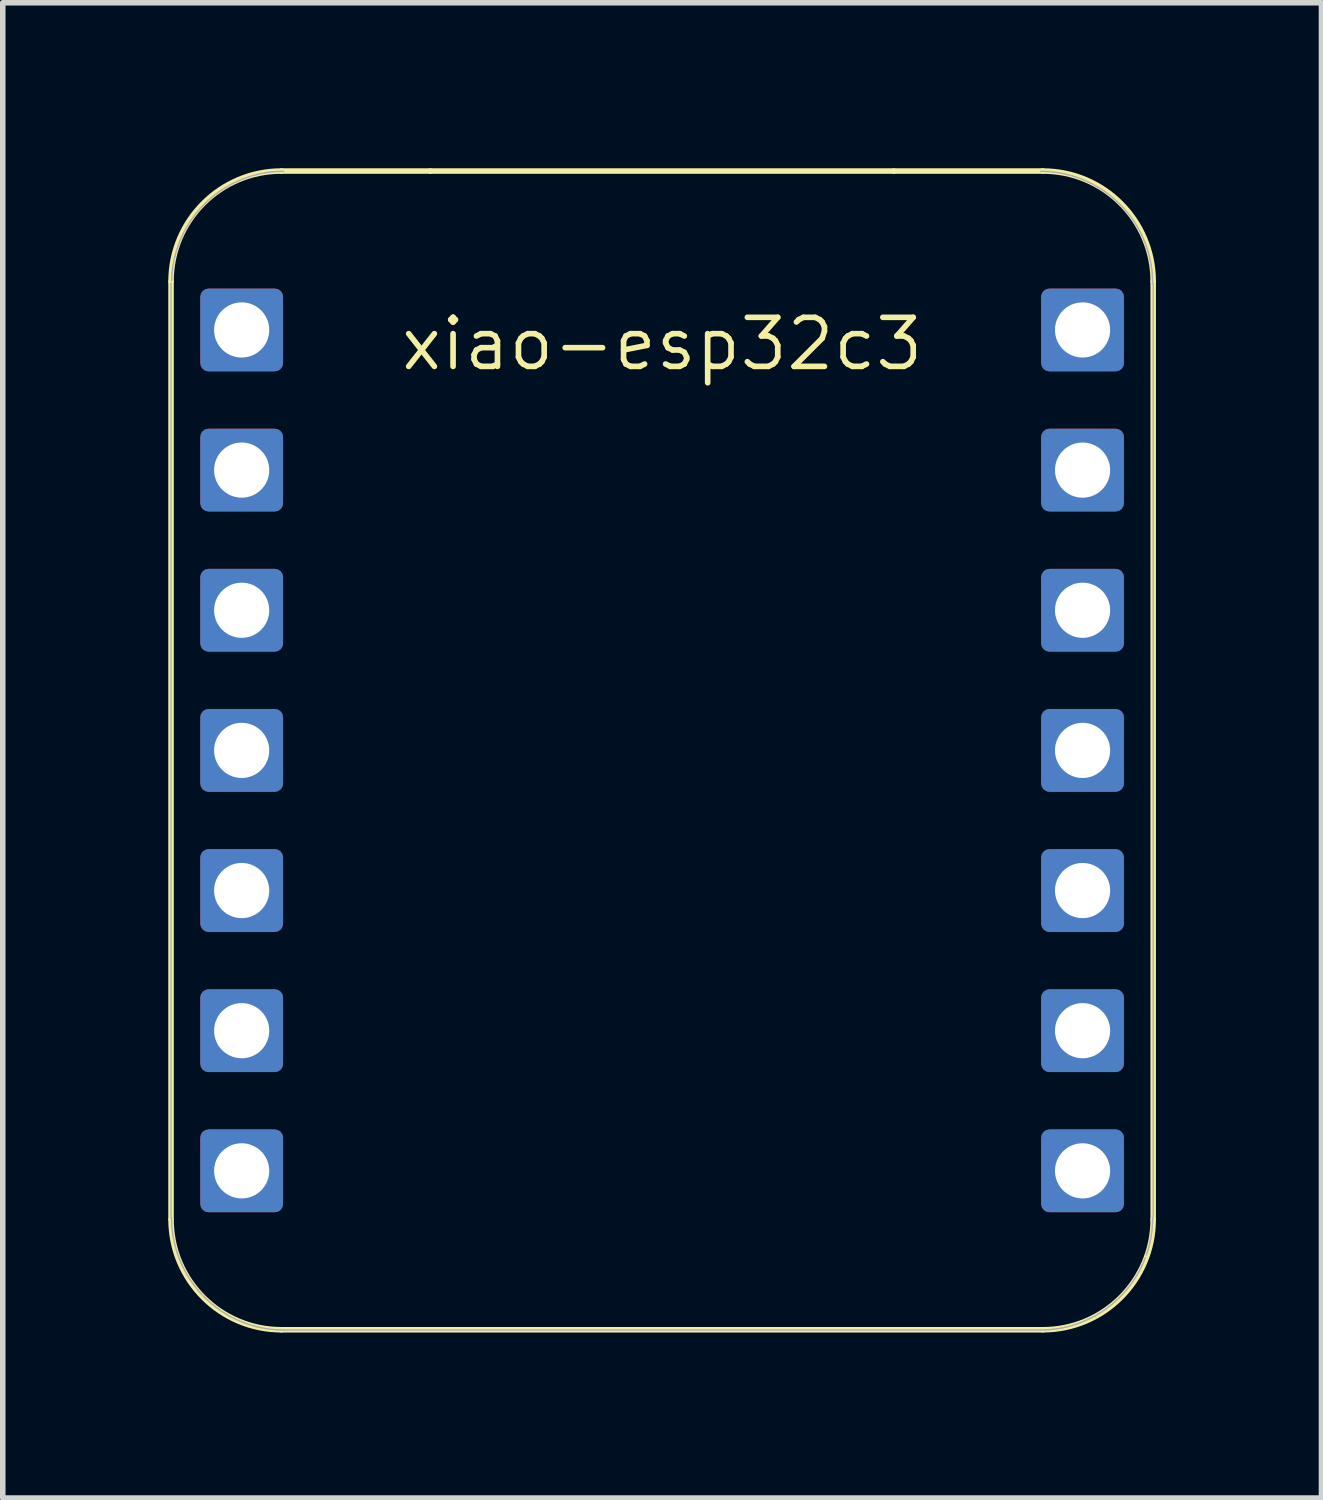
<source format=kicad_pcb>
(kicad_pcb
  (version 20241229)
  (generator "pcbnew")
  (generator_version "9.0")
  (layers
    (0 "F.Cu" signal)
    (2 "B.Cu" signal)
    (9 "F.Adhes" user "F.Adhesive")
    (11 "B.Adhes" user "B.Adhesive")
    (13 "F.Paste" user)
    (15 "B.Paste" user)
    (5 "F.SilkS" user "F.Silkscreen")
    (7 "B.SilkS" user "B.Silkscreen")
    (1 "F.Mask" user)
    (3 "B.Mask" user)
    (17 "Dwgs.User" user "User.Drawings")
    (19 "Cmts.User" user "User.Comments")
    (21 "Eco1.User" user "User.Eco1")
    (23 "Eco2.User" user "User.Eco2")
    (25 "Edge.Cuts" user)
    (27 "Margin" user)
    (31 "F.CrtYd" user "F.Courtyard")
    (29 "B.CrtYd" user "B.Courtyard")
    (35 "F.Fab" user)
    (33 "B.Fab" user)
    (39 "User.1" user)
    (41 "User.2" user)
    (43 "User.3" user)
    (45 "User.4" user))
  (footprint "xiao-esp32c3"
    (layer "F.Cu")
    (at 8.95 10.55)
    (property "Reference" "xiao-esp32c3" (at 0 -7.366 0) (layer "F.SilkS") (effects (font (size 0.889 0.889) (thickness 0.102))))
    (attr smd)
    (fp_line (start -8.9 -8.5) (end -8.9 8.5) (stroke (width 0.1) (type solid)) (layer "F.SilkS"))
    (fp_line (start -6.9 -10.5) (end -4.2 -10.5) (stroke (width 0.1) (type solid)) (layer "F.SilkS"))
    (fp_line (start -6.9 10.5) (end 6.9 10.5) (stroke (width 0.1) (type solid)) (layer "F.SilkS"))
    (fp_line (start 4.2 -10.5) (end -4.2 -10.5) (stroke (width 0.1) (type default)) (layer "F.SilkS"))
    (fp_line (start 4.2 -10.5) (end 6.9 -10.5) (stroke (width 0.1) (type solid)) (layer "F.SilkS"))
    (fp_line (start 8.9 8.5) (end 8.9 -8.5) (stroke (width 0.1) (type solid)) (layer "F.SilkS"))
    (fp_arc (start -8.9 -8.5) (mid -8.314214 -9.914214) (end -6.9 -10.5) (stroke (width 0.1) (type solid)) (layer "F.SilkS"))
    (fp_arc (start -6.9 10.5) (mid -8.314214 9.914214) (end -8.9 8.5) (stroke (width 0.1) (type solid)) (layer "F.SilkS"))
    (fp_arc (start 6.9 -10.5) (mid 8.314214 -9.914214) (end 8.9 -8.5) (stroke (width 0.1) (type solid)) (layer "F.SilkS"))
    (fp_arc (start 8.9 8.5) (mid 8.314214 9.914214) (end 6.9 10.5) (stroke (width 0.1) (type solid)) (layer "F.SilkS"))
    (fp_poly (pts (xy -8.888 -8.562) (xy -8.885 -8.61) (xy -8.881 -8.659)) (stroke (width 0.025) (type solid)) (fill no) (layer "F.SilkS"))
    (fp_poly (pts (xy 8.889 8.522) (xy 8.888 8.571) (xy 8.885 8.62) (xy 8.881 8.669) (xy 8.875 8.717) (xy 8.869 8.766) (xy 8.861 8.815) (xy 8.852 8.863) (xy 8.842 8.911)) (stroke (width 0.025) (type solid)) (fill no) (layer "F.SilkS"))
    (fp_line (start -8.9 -8.463) (end -8.9 8.473) (stroke (width 0.025) (type solid)) (layer "F.Fab"))
    (fp_line (start -8.89 8.473) (end -8.889 8.522) (stroke (width 0.025) (type solid)) (layer "F.Fab"))
    (fp_line (start -8.889 8.522) (end -8.888 8.571) (stroke (width 0.025) (type solid)) (layer "F.Fab"))
    (fp_line (start -8.888 -8.562) (end -8.889 -8.512) (stroke (width 0.025) (type solid)) (layer "F.Fab"))
    (fp_line (start -8.888 8.571) (end -8.885 8.62) (stroke (width 0.025) (type solid)) (layer "F.Fab"))
    (fp_line (start -8.885 -8.61) (end -8.888 -8.562) (stroke (width 0.025) (type solid)) (layer "F.Fab"))
    (fp_line (start -8.885 8.62) (end -8.881 8.669) (stroke (width 0.025) (type solid)) (layer "F.Fab"))
    (fp_line (start -8.881 -8.659) (end -8.885 -8.61) (stroke (width 0.025) (type solid)) (layer "F.Fab"))
    (fp_line (start -8.881 8.669) (end -8.875 8.717) (stroke (width 0.025) (type solid)) (layer "F.Fab"))
    (fp_line (start -8.875 -8.708) (end -8.881 -8.659) (stroke (width 0.025) (type solid)) (layer "F.Fab"))
    (fp_line (start -8.875 8.717) (end -8.869 8.766) (stroke (width 0.025) (type solid)) (layer "F.Fab"))
    (fp_line (start -8.869 -8.757) (end -8.875 -8.708) (stroke (width 0.025) (type solid)) (layer "F.Fab"))
    (fp_line (start -8.869 8.766) (end -8.861 8.815) (stroke (width 0.025) (type solid)) (layer "F.Fab"))
    (fp_line (start -8.861 -8.806) (end -8.869 -8.757) (stroke (width 0.025) (type solid)) (layer "F.Fab"))
    (fp_line (start -8.861 8.815) (end -8.852 8.863) (stroke (width 0.025) (type solid)) (layer "F.Fab"))
    (fp_line (start -8.852 -8.854) (end -8.861 -8.806) (stroke (width 0.025) (type solid)) (layer "F.Fab"))
    (fp_line (start -8.852 8.863) (end -8.842 8.911) (stroke (width 0.025) (type solid)) (layer "F.Fab"))
    (fp_line (start -8.842 -8.902) (end -8.852 -8.854) (stroke (width 0.025) (type solid)) (layer "F.Fab"))
    (fp_line (start -8.842 8.911) (end -8.831 8.959) (stroke (width 0.025) (type solid)) (layer "F.Fab"))
    (fp_line (start -8.831 -8.95) (end -8.842 -8.902) (stroke (width 0.025) (type solid)) (layer "F.Fab"))
    (fp_line (start -8.831 8.959) (end -8.819 9.006) (stroke (width 0.025) (type solid)) (layer "F.Fab"))
    (fp_line (start -8.819 -8.997) (end -8.831 -8.95) (stroke (width 0.025) (type solid)) (layer "F.Fab"))
    (fp_line (start -8.819 9.006) (end -8.805 9.054) (stroke (width 0.025) (type solid)) (layer "F.Fab"))
    (fp_line (start -8.805 -9.045) (end -8.819 -8.997) (stroke (width 0.025) (type solid)) (layer "F.Fab"))
    (fp_line (start -8.805 9.054) (end -8.79 9.1) (stroke (width 0.025) (type solid)) (layer "F.Fab"))
    (fp_line (start -8.79 -9.091) (end -8.805 -9.045) (stroke (width 0.025) (type solid)) (layer "F.Fab"))
    (fp_line (start -8.79 9.1) (end -8.775 9.147) (stroke (width 0.025) (type solid)) (layer "F.Fab"))
    (fp_line (start -8.775 -9.138) (end -8.79 -9.091) (stroke (width 0.025) (type solid)) (layer "F.Fab"))
    (fp_line (start -8.775 9.147) (end -8.758 9.193) (stroke (width 0.025) (type solid)) (layer "F.Fab"))
    (fp_line (start -8.758 -9.184) (end -8.775 -9.138) (stroke (width 0.025) (type solid)) (layer "F.Fab"))
    (fp_line (start -8.758 9.193) (end -8.74 9.239) (stroke (width 0.025) (type solid)) (layer "F.Fab"))
    (fp_line (start -8.74 -9.23) (end -8.758 -9.184) (stroke (width 0.025) (type solid)) (layer "F.Fab"))
    (fp_line (start -8.74 9.239) (end -8.721 9.284) (stroke (width 0.025) (type solid)) (layer "F.Fab"))
    (fp_line (start -8.721 -9.275) (end -8.74 -9.23) (stroke (width 0.025) (type solid)) (layer "F.Fab"))
    (fp_line (start -8.721 9.284) (end -8.701 9.329) (stroke (width 0.025) (type solid)) (layer "F.Fab"))
    (fp_line (start -8.701 -9.32) (end -8.721 -9.275) (stroke (width 0.025) (type solid)) (layer "F.Fab"))
    (fp_line (start -8.701 9.329) (end -8.679 9.373) (stroke (width 0.025) (type solid)) (layer "F.Fab"))
    (fp_line (start -8.679 -9.364) (end -8.701 -9.32) (stroke (width 0.025) (type solid)) (layer "F.Fab"))
    (fp_line (start -8.679 9.373) (end -8.657 9.417) (stroke (width 0.025) (type solid)) (layer "F.Fab"))
    (fp_line (start -8.657 -9.408) (end -8.679 -9.364) (stroke (width 0.025) (type solid)) (layer "F.Fab"))
    (fp_line (start -8.657 9.417) (end -8.634 9.46) (stroke (width 0.025) (type solid)) (layer "F.Fab"))
    (fp_line (start -8.634 -9.451) (end -8.657 -9.408) (stroke (width 0.025) (type solid)) (layer "F.Fab"))
    (fp_line (start -8.634 9.46) (end -8.61 9.503) (stroke (width 0.025) (type solid)) (layer "F.Fab"))
    (fp_line (start -8.61 -9.494) (end -8.634 -9.451) (stroke (width 0.025) (type solid)) (layer "F.Fab"))
    (fp_line (start -8.61 9.503) (end -8.584 9.545) (stroke (width 0.025) (type solid)) (layer "F.Fab"))
    (fp_line (start -8.584 -9.536) (end -8.61 -9.494) (stroke (width 0.025) (type solid)) (layer "F.Fab"))
    (fp_line (start -8.584 9.545) (end -8.558 9.586) (stroke (width 0.025) (type solid)) (layer "F.Fab"))
    (fp_line (start -8.558 -9.577) (end -8.584 -9.536) (stroke (width 0.025) (type solid)) (layer "F.Fab"))
    (fp_line (start -8.558 9.586) (end -8.53 9.627) (stroke (width 0.025) (type solid)) (layer "F.Fab"))
    (fp_line (start -8.53 -9.618) (end -8.558 -9.577) (stroke (width 0.025) (type solid)) (layer "F.Fab"))
    (fp_line (start -8.53 9.627) (end -8.502 9.667) (stroke (width 0.025) (type solid)) (layer "F.Fab"))
    (fp_line (start -8.502 -9.658) (end -8.53 -9.618) (stroke (width 0.025) (type solid)) (layer "F.Fab"))
    (fp_line (start -8.502 9.667) (end -8.473 9.706) (stroke (width 0.025) (type solid)) (layer "F.Fab"))
    (fp_line (start -8.473 -9.697) (end -8.502 -9.658) (stroke (width 0.025) (type solid)) (layer "F.Fab"))
    (fp_line (start -8.473 9.706) (end -8.442 9.745) (stroke (width 0.025) (type solid)) (layer "F.Fab"))
    (fp_line (start -8.442 -9.736) (end -8.473 -9.697) (stroke (width 0.025) (type solid)) (layer "F.Fab"))
    (fp_line (start -8.442 9.745) (end -8.411 9.783) (stroke (width 0.025) (type solid)) (layer "F.Fab"))
    (fp_line (start -8.411 -9.774) (end -8.442 -9.736) (stroke (width 0.025) (type solid)) (layer "F.Fab"))
    (fp_line (start -8.411 9.783) (end -8.379 9.82) (stroke (width 0.025) (type solid)) (layer "F.Fab"))
    (fp_line (start -8.379 -9.811) (end -8.411 -9.774) (stroke (width 0.025) (type solid)) (layer "F.Fab"))
    (fp_line (start -8.379 9.82) (end -8.346 9.856) (stroke (width 0.025) (type solid)) (layer "F.Fab"))
    (fp_line (start -8.346 -9.847) (end -8.379 -9.811) (stroke (width 0.025) (type solid)) (layer "F.Fab"))
    (fp_line (start -8.346 9.856) (end -8.312 9.892) (stroke (width 0.025) (type solid)) (layer "F.Fab"))
    (fp_line (start -8.312 -9.883) (end -8.346 -9.847) (stroke (width 0.025) (type solid)) (layer "F.Fab"))
    (fp_line (start -8.312 9.892) (end -8.277 9.927) (stroke (width 0.025) (type solid)) (layer "F.Fab"))
    (fp_line (start -8.277 -9.918) (end -8.312 -9.883) (stroke (width 0.025) (type solid)) (layer "F.Fab"))
    (fp_line (start -8.277 9.927) (end -8.242 9.96) (stroke (width 0.025) (type solid)) (layer "F.Fab"))
    (fp_line (start -8.242 -9.951) (end -8.277 -9.918) (stroke (width 0.025) (type solid)) (layer "F.Fab"))
    (fp_line (start -8.242 9.96) (end -8.205 9.994) (stroke (width 0.025) (type solid)) (layer "F.Fab"))
    (fp_line (start -8.205 -9.984) (end -8.242 -9.951) (stroke (width 0.025) (type solid)) (layer "F.Fab"))
    (fp_line (start -8.205 9.994) (end -8.168 10.026) (stroke (width 0.025) (type solid)) (layer "F.Fab"))
    (fp_line (start -8.168 -10.017) (end -8.205 -9.984) (stroke (width 0.025) (type solid)) (layer "F.Fab"))
    (fp_line (start -8.168 10.026) (end -8.13 10.057) (stroke (width 0.025) (type solid)) (layer "F.Fab"))
    (fp_line (start -8.13 -10.048) (end -8.168 -10.017) (stroke (width 0.025) (type solid)) (layer "F.Fab"))
    (fp_line (start -8.13 10.057) (end -8.092 10.087) (stroke (width 0.025) (type solid)) (layer "F.Fab"))
    (fp_line (start -8.092 -10.078) (end -8.13 -10.048) (stroke (width 0.025) (type solid)) (layer "F.Fab"))
    (fp_line (start -8.092 10.087) (end -8.052 10.116) (stroke (width 0.025) (type solid)) (layer "F.Fab"))
    (fp_line (start -8.052 -10.107) (end -8.092 -10.078) (stroke (width 0.025) (type solid)) (layer "F.Fab"))
    (fp_line (start -8.052 10.116) (end -8.012 10.145) (stroke (width 0.025) (type solid)) (layer "F.Fab"))
    (fp_line (start -8.012 -10.136) (end -8.052 -10.107) (stroke (width 0.025) (type solid)) (layer "F.Fab"))
    (fp_line (start -8.012 10.145) (end -7.972 10.172) (stroke (width 0.025) (type solid)) (layer "F.Fab"))
    (fp_line (start -7.972 -10.163) (end -8.012 -10.136) (stroke (width 0.025) (type solid)) (layer "F.Fab"))
    (fp_line (start -7.972 10.172) (end -7.93 10.199) (stroke (width 0.025) (type solid)) (layer "F.Fab"))
    (fp_line (start -7.93 -10.19) (end -7.972 -10.163) (stroke (width 0.025) (type solid)) (layer "F.Fab"))
    (fp_line (start -7.93 10.199) (end -7.888 10.224) (stroke (width 0.025) (type solid)) (layer "F.Fab"))
    (fp_line (start -7.888 -10.215) (end -7.93 -10.19) (stroke (width 0.025) (type solid)) (layer "F.Fab"))
    (fp_line (start -7.888 10.224) (end -7.846 10.249) (stroke (width 0.025) (type solid)) (layer "F.Fab"))
    (fp_line (start -7.846 -10.239) (end -7.888 -10.215) (stroke (width 0.025) (type solid)) (layer "F.Fab"))
    (fp_line (start -7.846 10.249) (end -7.802 10.272) (stroke (width 0.025) (type solid)) (layer "F.Fab"))
    (fp_line (start -7.802 -10.263) (end -7.846 -10.239) (stroke (width 0.025) (type solid)) (layer "F.Fab"))
    (fp_line (start -7.802 10.272) (end -7.759 10.294) (stroke (width 0.025) (type solid)) (layer "F.Fab"))
    (fp_line (start -7.759 -10.285) (end -7.802 -10.263) (stroke (width 0.025) (type solid)) (layer "F.Fab"))
    (fp_line (start -7.759 10.294) (end -7.714 10.315) (stroke (width 0.025) (type solid)) (layer "F.Fab"))
    (fp_line (start -7.714 -10.306) (end -7.759 -10.285) (stroke (width 0.025) (type solid)) (layer "F.Fab"))
    (fp_line (start -7.714 10.315) (end -7.67 10.335) (stroke (width 0.025) (type solid)) (layer "F.Fab"))
    (fp_line (start -7.67 -10.326) (end -7.714 -10.306) (stroke (width 0.025) (type solid)) (layer "F.Fab"))
    (fp_line (start -7.67 10.335) (end -7.624 10.354) (stroke (width 0.025) (type solid)) (layer "F.Fab"))
    (fp_line (start -7.624 -10.345) (end -7.67 -10.326) (stroke (width 0.025) (type solid)) (layer "F.Fab"))
    (fp_line (start -7.624 10.354) (end -7.579 10.372) (stroke (width 0.025) (type solid)) (layer "F.Fab"))
    (fp_line (start -7.579 -10.363) (end -7.624 -10.345) (stroke (width 0.025) (type solid)) (layer "F.Fab"))
    (fp_line (start -7.579 10.372) (end -7.532 10.389) (stroke (width 0.025) (type solid)) (layer "F.Fab"))
    (fp_line (start -7.532 -10.38) (end -7.579 -10.363) (stroke (width 0.025) (type solid)) (layer "F.Fab"))
    (fp_line (start -7.532 10.389) (end -7.486 10.405) (stroke (width 0.025) (type solid)) (layer "F.Fab"))
    (fp_line (start -7.486 -10.396) (end -7.532 -10.38) (stroke (width 0.025) (type solid)) (layer "F.Fab"))
    (fp_line (start -7.486 10.405) (end -7.439 10.42) (stroke (width 0.025) (type solid)) (layer "F.Fab"))
    (fp_line (start -7.439 -10.411) (end -7.486 -10.396) (stroke (width 0.025) (type solid)) (layer "F.Fab"))
    (fp_line (start -7.439 10.42) (end -7.392 10.433) (stroke (width 0.025) (type solid)) (layer "F.Fab"))
    (fp_line (start -7.392 -10.424) (end -7.439 -10.411) (stroke (width 0.025) (type solid)) (layer "F.Fab"))
    (fp_line (start -7.392 10.433) (end -7.344 10.446) (stroke (width 0.025) (type solid)) (layer "F.Fab"))
    (fp_line (start -7.344 -10.436) (end -7.392 -10.424) (stroke (width 0.025) (type solid)) (layer "F.Fab"))
    (fp_line (start -7.344 10.446) (end -7.296 10.457) (stroke (width 0.025) (type solid)) (layer "F.Fab"))
    (fp_line (start -7.296 -10.448) (end -7.344 -10.436) (stroke (width 0.025) (type solid)) (layer "F.Fab"))
    (fp_line (start -7.296 10.457) (end -7.248 10.467) (stroke (width 0.025) (type solid)) (layer "F.Fab"))
    (fp_line (start -7.248 -10.458) (end -7.296 -10.448) (stroke (width 0.025) (type solid)) (layer "F.Fab"))
    (fp_line (start -7.248 10.467) (end -7.2 10.476) (stroke (width 0.025) (type solid)) (layer "F.Fab"))
    (fp_line (start -7.2 -10.466) (end -7.248 -10.458) (stroke (width 0.025) (type solid)) (layer "F.Fab"))
    (fp_line (start -7.2 10.476) (end -7.152 10.483) (stroke (width 0.025) (type solid)) (layer "F.Fab"))
    (fp_line (start -7.152 -10.474) (end -7.2 -10.466) (stroke (width 0.025) (type solid)) (layer "F.Fab"))
    (fp_line (start -7.152 10.483) (end -7.103 10.49) (stroke (width 0.025) (type solid)) (layer "F.Fab"))
    (fp_line (start -7.103 -10.481) (end -7.152 -10.474) (stroke (width 0.025) (type solid)) (layer "F.Fab"))
    (fp_line (start -7.103 10.49) (end -7.054 10.495) (stroke (width 0.025) (type solid)) (layer "F.Fab"))
    (fp_line (start -7.054 -10.486) (end -7.103 -10.481) (stroke (width 0.025) (type solid)) (layer "F.Fab"))
    (fp_line (start -7.054 10.495) (end -7.005 10.499) (stroke (width 0.025) (type solid)) (layer "F.Fab"))
    (fp_line (start -7.005 -10.49) (end -7.054 -10.486) (stroke (width 0.025) (type solid)) (layer "F.Fab"))
    (fp_line (start -7.005 10.499) (end -6.956 10.502) (stroke (width 0.025) (type solid)) (layer "F.Fab"))
    (fp_line (start -6.956 -10.493) (end -7.005 -10.49) (stroke (width 0.025) (type solid)) (layer "F.Fab"))
    (fp_line (start -6.956 10.502) (end -6.907 10.504) (stroke (width 0.025) (type solid)) (layer "F.Fab"))
    (fp_line (start -6.907 -10.495) (end -6.956 -10.493) (stroke (width 0.025) (type solid)) (layer "F.Fab"))
    (fp_line (start -6.907 10.504) (end -6.858 10.505) (stroke (width 0.025) (type solid)) (layer "F.Fab"))
    (fp_line (start -6.858 -10.495) (end -6.907 -10.495) (stroke (width 0.025) (type solid)) (layer "F.Fab"))
    (fp_line (start -6.858 10.505) (end 6.858 10.505) (stroke (width 0.025) (type solid)) (layer "F.Fab"))
    (fp_line (start 6.858 10.505) (end 6.907 10.504) (stroke (width 0.025) (type solid)) (layer "F.Fab"))
    (fp_line (start 6.907 -10.495) (end 6.858 -10.495) (stroke (width 0.025) (type solid)) (layer "F.Fab"))
    (fp_line (start 6.907 10.504) (end 6.956 10.502) (stroke (width 0.025) (type solid)) (layer "F.Fab"))
    (fp_line (start 6.956 -10.493) (end 6.907 -10.495) (stroke (width 0.025) (type solid)) (layer "F.Fab"))
    (fp_line (start 6.956 10.502) (end 7.005 10.499) (stroke (width 0.025) (type solid)) (layer "F.Fab"))
    (fp_line (start 7.005 -10.49) (end 6.956 -10.493) (stroke (width 0.025) (type solid)) (layer "F.Fab"))
    (fp_line (start 7.005 10.499) (end 7.054 10.495) (stroke (width 0.025) (type solid)) (layer "F.Fab"))
    (fp_line (start 7.054 -10.486) (end 7.005 -10.49) (stroke (width 0.025) (type solid)) (layer "F.Fab"))
    (fp_line (start 7.054 10.495) (end 7.103 10.49) (stroke (width 0.025) (type solid)) (layer "F.Fab"))
    (fp_line (start 7.103 -10.481) (end 7.054 -10.486) (stroke (width 0.025) (type solid)) (layer "F.Fab"))
    (fp_line (start 7.103 10.49) (end 7.152 10.483) (stroke (width 0.025) (type solid)) (layer "F.Fab"))
    (fp_line (start 7.152 -10.474) (end 7.103 -10.481) (stroke (width 0.025) (type solid)) (layer "F.Fab"))
    (fp_line (start 7.152 10.483) (end 7.2 10.476) (stroke (width 0.025) (type solid)) (layer "F.Fab"))
    (fp_line (start 7.2 -10.466) (end 7.152 -10.474) (stroke (width 0.025) (type solid)) (layer "F.Fab"))
    (fp_line (start 7.2 10.476) (end 7.248 10.467) (stroke (width 0.025) (type solid)) (layer "F.Fab"))
    (fp_line (start 7.248 -10.458) (end 7.2 -10.466) (stroke (width 0.025) (type solid)) (layer "F.Fab"))
    (fp_line (start 7.248 10.467) (end 7.296 10.457) (stroke (width 0.025) (type solid)) (layer "F.Fab"))
    (fp_line (start 7.296 -10.448) (end 7.248 -10.458) (stroke (width 0.025) (type solid)) (layer "F.Fab"))
    (fp_line (start 7.296 10.457) (end 7.344 10.446) (stroke (width 0.025) (type solid)) (layer "F.Fab"))
    (fp_line (start 7.344 -10.436) (end 7.296 -10.448) (stroke (width 0.025) (type solid)) (layer "F.Fab"))
    (fp_line (start 7.344 10.446) (end 7.392 10.433) (stroke (width 0.025) (type solid)) (layer "F.Fab"))
    (fp_line (start 7.392 -10.424) (end 7.344 -10.436) (stroke (width 0.025) (type solid)) (layer "F.Fab"))
    (fp_line (start 7.392 10.433) (end 7.439 10.42) (stroke (width 0.025) (type solid)) (layer "F.Fab"))
    (fp_line (start 7.439 -10.411) (end 7.392 -10.424) (stroke (width 0.025) (type solid)) (layer "F.Fab"))
    (fp_line (start 7.439 10.42) (end 7.486 10.405) (stroke (width 0.025) (type solid)) (layer "F.Fab"))
    (fp_line (start 7.486 -10.396) (end 7.439 -10.411) (stroke (width 0.025) (type solid)) (layer "F.Fab"))
    (fp_line (start 7.486 10.405) (end 7.532 10.389) (stroke (width 0.025) (type solid)) (layer "F.Fab"))
    (fp_line (start 7.532 -10.38) (end 7.486 -10.396) (stroke (width 0.025) (type solid)) (layer "F.Fab"))
    (fp_line (start 7.532 10.389) (end 7.579 10.372) (stroke (width 0.025) (type solid)) (layer "F.Fab"))
    (fp_line (start 7.579 -10.363) (end 7.532 -10.38) (stroke (width 0.025) (type solid)) (layer "F.Fab"))
    (fp_line (start 7.579 10.372) (end 7.624 10.354) (stroke (width 0.025) (type solid)) (layer "F.Fab"))
    (fp_line (start 7.624 -10.345) (end 7.579 -10.363) (stroke (width 0.025) (type solid)) (layer "F.Fab"))
    (fp_line (start 7.624 10.354) (end 7.67 10.335) (stroke (width 0.025) (type solid)) (layer "F.Fab"))
    (fp_line (start 7.67 -10.326) (end 7.624 -10.345) (stroke (width 0.025) (type solid)) (layer "F.Fab"))
    (fp_line (start 7.67 10.335) (end 7.714 10.315) (stroke (width 0.025) (type solid)) (layer "F.Fab"))
    (fp_line (start 7.714 -10.306) (end 7.67 -10.326) (stroke (width 0.025) (type solid)) (layer "F.Fab"))
    (fp_line (start 7.714 10.315) (end 7.759 10.294) (stroke (width 0.025) (type solid)) (layer "F.Fab"))
    (fp_line (start 7.759 -10.285) (end 7.714 -10.306) (stroke (width 0.025) (type solid)) (layer "F.Fab"))
    (fp_line (start 7.759 10.294) (end 7.802 10.272) (stroke (width 0.025) (type solid)) (layer "F.Fab"))
    (fp_line (start 7.802 -10.263) (end 7.759 -10.285) (stroke (width 0.025) (type solid)) (layer "F.Fab"))
    (fp_line (start 7.802 10.272) (end 7.846 10.249) (stroke (width 0.025) (type solid)) (layer "F.Fab"))
    (fp_line (start 7.846 -10.239) (end 7.802 -10.263) (stroke (width 0.025) (type solid)) (layer "F.Fab"))
    (fp_line (start 7.846 10.249) (end 7.888 10.224) (stroke (width 0.025) (type solid)) (layer "F.Fab"))
    (fp_line (start 7.888 -10.215) (end 7.846 -10.239) (stroke (width 0.025) (type solid)) (layer "F.Fab"))
    (fp_line (start 7.888 10.224) (end 7.93 10.199) (stroke (width 0.025) (type solid)) (layer "F.Fab"))
    (fp_line (start 7.93 -10.19) (end 7.888 -10.215) (stroke (width 0.025) (type solid)) (layer "F.Fab"))
    (fp_line (start 7.93 10.199) (end 7.972 10.172) (stroke (width 0.025) (type solid)) (layer "F.Fab"))
    (fp_line (start 7.972 -10.163) (end 7.93 -10.19) (stroke (width 0.025) (type solid)) (layer "F.Fab"))
    (fp_line (start 7.972 10.172) (end 8.012 10.145) (stroke (width 0.025) (type solid)) (layer "F.Fab"))
    (fp_line (start 8.012 -10.136) (end 7.972 -10.163) (stroke (width 0.025) (type solid)) (layer "F.Fab"))
    (fp_line (start 8.012 10.145) (end 8.052 10.116) (stroke (width 0.025) (type solid)) (layer "F.Fab"))
    (fp_line (start 8.052 -10.107) (end 8.012 -10.136) (stroke (width 0.025) (type solid)) (layer "F.Fab"))
    (fp_line (start 8.052 10.116) (end 8.092 10.087) (stroke (width 0.025) (type solid)) (layer "F.Fab"))
    (fp_line (start 8.092 -10.078) (end 8.052 -10.107) (stroke (width 0.025) (type solid)) (layer "F.Fab"))
    (fp_line (start 8.092 10.087) (end 8.13 10.057) (stroke (width 0.025) (type solid)) (layer "F.Fab"))
    (fp_line (start 8.13 -10.048) (end 8.092 -10.078) (stroke (width 0.025) (type solid)) (layer "F.Fab"))
    (fp_line (start 8.13 10.057) (end 8.168 10.026) (stroke (width 0.025) (type solid)) (layer "F.Fab"))
    (fp_line (start 8.168 -10.017) (end 8.13 -10.048) (stroke (width 0.025) (type solid)) (layer "F.Fab"))
    (fp_line (start 8.168 10.026) (end 8.205 9.994) (stroke (width 0.025) (type solid)) (layer "F.Fab"))
    (fp_line (start 8.205 -9.984) (end 8.168 -10.017) (stroke (width 0.025) (type solid)) (layer "F.Fab"))
    (fp_line (start 8.205 9.994) (end 8.242 9.96) (stroke (width 0.025) (type solid)) (layer "F.Fab"))
    (fp_line (start 8.242 -9.951) (end 8.205 -9.984) (stroke (width 0.025) (type solid)) (layer "F.Fab"))
    (fp_line (start 8.242 9.96) (end 8.277 9.927) (stroke (width 0.025) (type solid)) (layer "F.Fab"))
    (fp_line (start 8.277 -9.918) (end 8.242 -9.951) (stroke (width 0.025) (type solid)) (layer "F.Fab"))
    (fp_line (start 8.277 9.927) (end 8.312 9.892) (stroke (width 0.025) (type solid)) (layer "F.Fab"))
    (fp_line (start 8.312 -9.883) (end 8.277 -9.918) (stroke (width 0.025) (type solid)) (layer "F.Fab"))
    (fp_line (start 8.312 9.892) (end 8.346 9.856) (stroke (width 0.025) (type solid)) (layer "F.Fab"))
    (fp_line (start 8.346 -9.847) (end 8.312 -9.883) (stroke (width 0.025) (type solid)) (layer "F.Fab"))
    (fp_line (start 8.346 9.856) (end 8.379 9.82) (stroke (width 0.025) (type solid)) (layer "F.Fab"))
    (fp_line (start 8.379 -9.811) (end 8.346 -9.847) (stroke (width 0.025) (type solid)) (layer "F.Fab"))
    (fp_line (start 8.379 9.82) (end 8.411 9.783) (stroke (width 0.025) (type solid)) (layer "F.Fab"))
    (fp_line (start 8.411 -9.774) (end 8.379 -9.811) (stroke (width 0.025) (type solid)) (layer "F.Fab"))
    (fp_line (start 8.411 9.783) (end 8.442 9.745) (stroke (width 0.025) (type solid)) (layer "F.Fab"))
    (fp_line (start 8.442 -9.736) (end 8.411 -9.774) (stroke (width 0.025) (type solid)) (layer "F.Fab"))
    (fp_line (start 8.442 9.745) (end 8.473 9.706) (stroke (width 0.025) (type solid)) (layer "F.Fab"))
    (fp_line (start 8.473 -9.697) (end 8.442 -9.736) (stroke (width 0.025) (type solid)) (layer "F.Fab"))
    (fp_line (start 8.473 9.706) (end 8.502 9.667) (stroke (width 0.025) (type solid)) (layer "F.Fab"))
    (fp_line (start 8.502 -9.658) (end 8.473 -9.697) (stroke (width 0.025) (type solid)) (layer "F.Fab"))
    (fp_line (start 8.502 9.667) (end 8.53 9.627) (stroke (width 0.025) (type solid)) (layer "F.Fab"))
    (fp_line (start 8.53 -9.618) (end 8.502 -9.658) (stroke (width 0.025) (type solid)) (layer "F.Fab"))
    (fp_line (start 8.53 9.627) (end 8.558 9.586) (stroke (width 0.025) (type solid)) (layer "F.Fab"))
    (fp_line (start 8.558 -9.577) (end 8.53 -9.618) (stroke (width 0.025) (type solid)) (layer "F.Fab"))
    (fp_line (start 8.558 9.586) (end 8.584 9.545) (stroke (width 0.025) (type solid)) (layer "F.Fab"))
    (fp_line (start 8.584 -9.536) (end 8.558 -9.577) (stroke (width 0.025) (type solid)) (layer "F.Fab"))
    (fp_line (start 8.584 9.545) (end 8.61 9.503) (stroke (width 0.025) (type solid)) (layer "F.Fab"))
    (fp_line (start 8.61 -9.494) (end 8.584 -9.536) (stroke (width 0.025) (type solid)) (layer "F.Fab"))
    (fp_line (start 8.61 9.503) (end 8.634 9.46) (stroke (width 0.025) (type solid)) (layer "F.Fab"))
    (fp_line (start 8.634 -9.451) (end 8.61 -9.494) (stroke (width 0.025) (type solid)) (layer "F.Fab"))
    (fp_line (start 8.634 9.46) (end 8.657 9.417) (stroke (width 0.025) (type solid)) (layer "F.Fab"))
    (fp_line (start 8.657 -9.408) (end 8.634 -9.451) (stroke (width 0.025) (type solid)) (layer "F.Fab"))
    (fp_line (start 8.657 9.417) (end 8.679 9.373) (stroke (width 0.025) (type solid)) (layer "F.Fab"))
    (fp_line (start 8.679 -9.364) (end 8.657 -9.408) (stroke (width 0.025) (type solid)) (layer "F.Fab"))
    (fp_line (start 8.679 9.373) (end 8.701 9.329) (stroke (width 0.025) (type solid)) (layer "F.Fab"))
    (fp_line (start 8.701 -9.32) (end 8.679 -9.364) (stroke (width 0.025) (type solid)) (layer "F.Fab"))
    (fp_line (start 8.701 9.329) (end 8.721 9.284) (stroke (width 0.025) (type solid)) (layer "F.Fab"))
    (fp_line (start 8.721 -9.275) (end 8.701 -9.32) (stroke (width 0.025) (type solid)) (layer "F.Fab"))
    (fp_line (start 8.721 9.284) (end 8.74 9.239) (stroke (width 0.025) (type solid)) (layer "F.Fab"))
    (fp_line (start 8.74 -9.23) (end 8.721 -9.275) (stroke (width 0.025) (type solid)) (layer "F.Fab"))
    (fp_line (start 8.74 9.239) (end 8.758 9.193) (stroke (width 0.025) (type solid)) (layer "F.Fab"))
    (fp_line (start 8.758 -9.184) (end 8.74 -9.23) (stroke (width 0.025) (type solid)) (layer "F.Fab"))
    (fp_line (start 8.775 -9.138) (end 8.758 -9.184) (stroke (width 0.025) (type solid)) (layer "F.Fab"))
    (fp_line (start 8.775 9.147) (end 8.79 9.1) (stroke (width 0.025) (type solid)) (layer "F.Fab"))
    (fp_line (start 8.79 -9.091) (end 8.775 -9.138) (stroke (width 0.025) (type solid)) (layer "F.Fab"))
    (fp_line (start 8.79 9.1) (end 8.805 9.054) (stroke (width 0.025) (type solid)) (layer "F.Fab"))
    (fp_line (start 8.805 -9.045) (end 8.79 -9.091) (stroke (width 0.025) (type solid)) (layer "F.Fab"))
    (fp_line (start 8.805 9.054) (end 8.819 9.006) (stroke (width 0.025) (type solid)) (layer "F.Fab"))
    (fp_line (start 8.819 -8.997) (end 8.805 -9.045) (stroke (width 0.025) (type solid)) (layer "F.Fab"))
    (fp_line (start 8.819 9.006) (end 8.831 8.959) (stroke (width 0.025) (type solid)) (layer "F.Fab"))
    (fp_line (start 8.831 -8.95) (end 8.819 -8.997) (stroke (width 0.025) (type solid)) (layer "F.Fab"))
    (fp_line (start 8.831 8.959) (end 8.842 8.911) (stroke (width 0.025) (type solid)) (layer "F.Fab"))
    (fp_line (start 8.842 -8.902) (end 8.831 -8.95) (stroke (width 0.025) (type solid)) (layer "F.Fab"))
    (fp_line (start 8.842 8.911) (end 8.852 8.863) (stroke (width 0.025) (type solid)) (layer "F.Fab"))
    (fp_line (start 8.852 -8.854) (end 8.842 -8.902) (stroke (width 0.025) (type solid)) (layer "F.Fab"))
    (fp_line (start 8.852 8.863) (end 8.861 8.815) (stroke (width 0.025) (type solid)) (layer "F.Fab"))
    (fp_line (start 8.861 -8.806) (end 8.852 -8.854) (stroke (width 0.025) (type solid)) (layer "F.Fab"))
    (fp_line (start 8.861 8.815) (end 8.869 8.766) (stroke (width 0.025) (type solid)) (layer "F.Fab"))
    (fp_line (start 8.869 -8.757) (end 8.861 -8.806) (stroke (width 0.025) (type solid)) (layer "F.Fab"))
    (fp_line (start 8.869 8.766) (end 8.875 8.717) (stroke (width 0.025) (type solid)) (layer "F.Fab"))
    (fp_line (start 8.875 -8.708) (end 8.869 -8.757) (stroke (width 0.025) (type solid)) (layer "F.Fab"))
    (fp_line (start 8.875 8.717) (end 8.881 8.669) (stroke (width 0.025) (type solid)) (layer "F.Fab"))
    (fp_line (start 8.881 -8.659) (end 8.875 -8.708) (stroke (width 0.025) (type solid)) (layer "F.Fab"))
    (fp_line (start 8.881 8.669) (end 8.885 8.62) (stroke (width 0.025) (type solid)) (layer "F.Fab"))
    (fp_line (start 8.885 -8.61) (end 8.881 -8.659) (stroke (width 0.025) (type solid)) (layer "F.Fab"))
    (fp_line (start 8.885 8.62) (end 8.888 8.571) (stroke (width 0.025) (type solid)) (layer "F.Fab"))
    (fp_line (start 8.888 -8.562) (end 8.885 -8.61) (stroke (width 0.025) (type solid)) (layer "F.Fab"))
    (fp_line (start 8.888 8.571) (end 8.889 8.522) (stroke (width 0.025) (type solid)) (layer "F.Fab"))
    (fp_line (start 8.889 -8.512) (end 8.888 -8.562) (stroke (width 0.025) (type solid)) (layer "F.Fab"))
    (fp_line (start 8.889 8.522) (end 8.89 8.473) (stroke (width 0.025) (type solid)) (layer "F.Fab"))
    (fp_line (start 8.89 -8.463) (end 8.889 -8.512) (stroke (width 0.025) (type solid)) (layer "F.Fab"))
    (fp_line (start 8.9 8.473) (end 8.9 -8.463) (stroke (width 0.025) (type solid)) (layer "F.Fab"))
    (pad "0" thru_hole roundrect (at -7.62 -7.62 180) (size 1.5 1.5) (drill 1) (layers "*.Cu" "*.Mask") (roundrect_rratio 0.1))
    (pad "1" thru_hole roundrect (at -7.62 -5.08 180) (size 1.5 1.5) (drill 1) (layers "*.Cu" "*.Mask") (roundrect_rratio 0.1))
    (pad "2" thru_hole roundrect (at -7.62 -2.54 180) (size 1.5 1.5) (drill 1) (layers "*.Cu" "*.Mask") (roundrect_rratio 0.1))
    (pad "3" thru_hole roundrect (at -7.62 0 180) (size 1.5 1.5) (drill 1) (layers "*.Cu" "*.Mask") (roundrect_rratio 0.1))
    (pad "4" thru_hole roundrect (at -7.62 2.54 180) (size 1.5 1.5) (drill 1) (layers "*.Cu" "*.Mask") (roundrect_rratio 0.1))
    (pad "5" thru_hole roundrect (at -7.62 5.08 180) (size 1.5 1.5) (drill 1) (layers "*.Cu" "*.Mask") (roundrect_rratio 0.1))
    (pad "6" thru_hole roundrect (at -7.62 7.62 180) (size 1.5 1.5) (drill 1) (layers "*.Cu" "*.Mask") (roundrect_rratio 0.1))
    (pad "7" thru_hole roundrect (at 7.62 7.62) (size 1.5 1.5) (drill 1) (layers "*.Cu" "*.Mask") (roundrect_rratio 0.1))
    (pad "8" thru_hole roundrect (at 7.62 5.08) (size 1.5 1.5) (drill 1) (layers "*.Cu" "*.Mask") (roundrect_rratio 0.1))
    (pad "9" thru_hole roundrect (at 7.62 2.54) (size 1.5 1.5) (drill 1) (layers "*.Cu" "*.Mask") (roundrect_rratio 0.1))
    (pad "10" thru_hole roundrect (at 7.62 0) (size 1.5 1.5) (drill 1) (layers "*.Cu" "*.Mask") (roundrect_rratio 0.1))
    (pad "11" thru_hole roundrect (at 7.62 -2.54) (size 1.5 1.5) (drill 1) (layers "*.Cu" "*.Mask") (roundrect_rratio 0.1))
    (pad "12" thru_hole roundrect (at 7.62 -5.08) (size 1.5 1.5) (drill 1) (layers "*.Cu" "*.Mask") (roundrect_rratio 0.1))
    (pad "13" thru_hole roundrect (at 7.62 -7.62) (size 1.5 1.5) (drill 1) (layers "*.Cu" "*.Mask") (roundrect_rratio 0.1)))
  (gr_rect
    (start -3 -3)
    (end 20.9 24.1)
    (stroke (width 0.1) (type default))
    (fill no)
    (layer "Edge.Cuts")))
</source>
